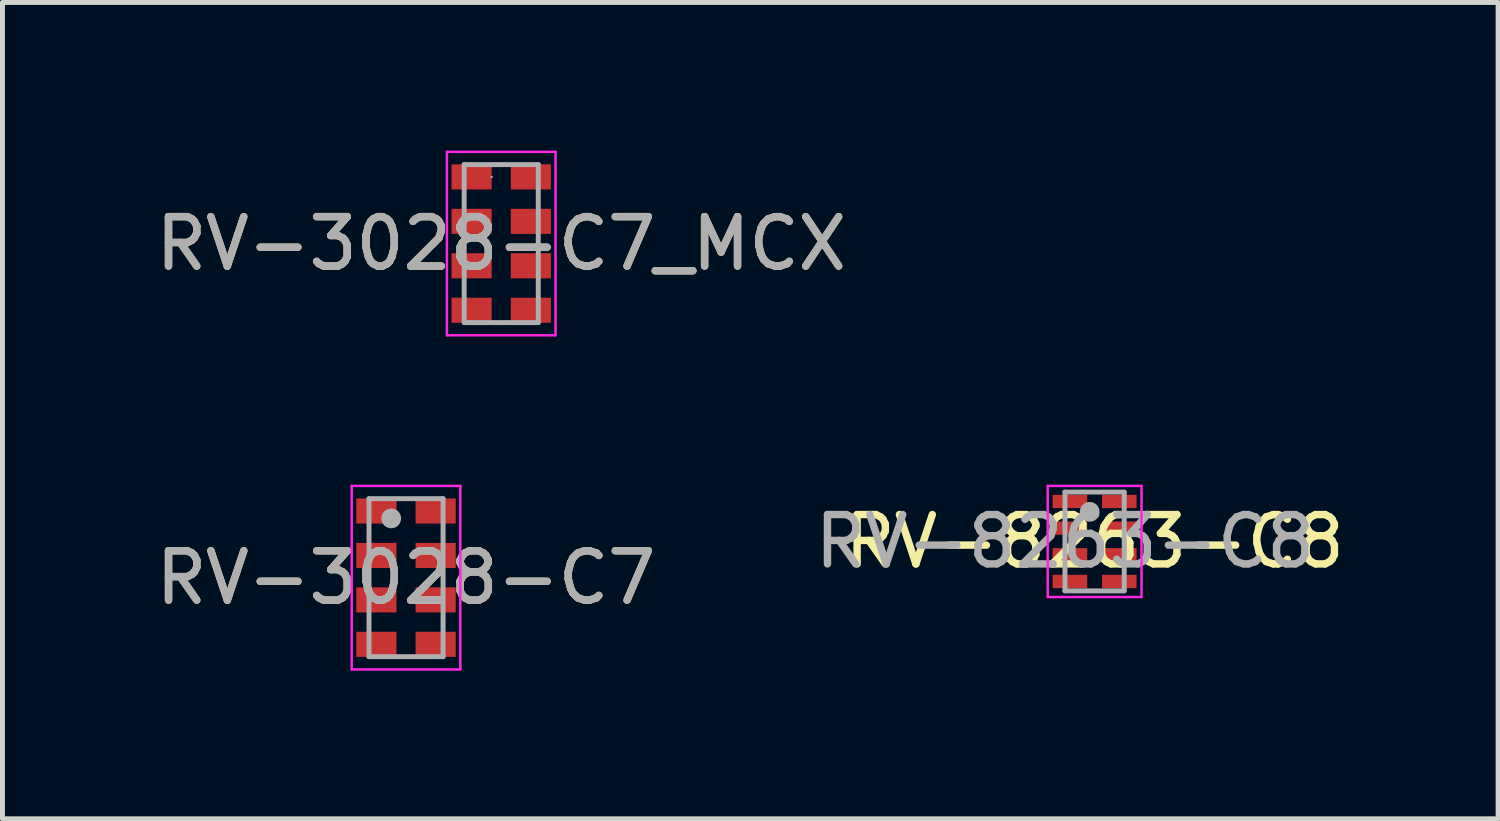
<source format=kicad_pcb>
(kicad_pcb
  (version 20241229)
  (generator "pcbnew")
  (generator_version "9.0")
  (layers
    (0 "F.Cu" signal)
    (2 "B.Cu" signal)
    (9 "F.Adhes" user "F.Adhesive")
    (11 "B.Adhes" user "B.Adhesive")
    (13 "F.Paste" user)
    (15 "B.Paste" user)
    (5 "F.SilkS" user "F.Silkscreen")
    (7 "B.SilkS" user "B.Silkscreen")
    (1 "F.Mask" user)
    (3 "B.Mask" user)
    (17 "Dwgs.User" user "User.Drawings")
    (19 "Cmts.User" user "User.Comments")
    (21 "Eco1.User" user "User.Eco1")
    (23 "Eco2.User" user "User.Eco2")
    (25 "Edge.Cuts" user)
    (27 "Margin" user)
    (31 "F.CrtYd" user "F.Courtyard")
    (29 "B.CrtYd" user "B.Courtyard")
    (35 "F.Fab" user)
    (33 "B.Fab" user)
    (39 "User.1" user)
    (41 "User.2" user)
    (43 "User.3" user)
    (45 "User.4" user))
  (footprint "RV-3028-C7"
    (layer "F.Cu")
    (at 5.173 8.649)
    (property "Reference" "RV-3028-C7" (at 0 0 0) (unlocked yes) (layer "F.SilkS") (effects (font (size 1 1) (thickness 0.15))))
    (attr smd)
    (fp_line (start -1.1 -1.858) (end 1.1 -1.858) (stroke (width 0.05) (type solid)) (layer "F.CrtYd"))
    (fp_line (start -1.1 1.858) (end -1.1 -1.858) (stroke (width 0.05) (type solid)) (layer "F.CrtYd"))
    (fp_line (start 1.1 -1.858) (end 1.1 1.858) (stroke (width 0.05) (type solid)) (layer "F.CrtYd"))
    (fp_line (start 1.1 1.858) (end -1.1 1.858) (stroke (width 0.05) (type solid)) (layer "F.CrtYd"))
    (fp_line (start -0.75 -1.6) (end -0.75 1.6) (stroke (width 0.1) (type solid)) (layer "F.Fab"))
    (fp_line (start -0.75 1.6) (end 0.75 1.6) (stroke (width 0.1) (type solid)) (layer "F.Fab"))
    (fp_line (start 0.75 -1.6) (end -0.75 -1.6) (stroke (width 0.1) (type solid)) (layer "F.Fab"))
    (fp_line (start 0.75 1.6) (end 0.75 -1.6) (stroke (width 0.1) (type solid)) (layer "F.Fab"))
    (fp_circle (center -0.3 -1.2) (end -0.2 -1.2) (stroke (width 0.2) (type solid)) (fill no) (layer "F.Fab"))
    (fp_text user "${REFERENCE}" (at 0 0 0) (unlocked yes) (layer "F.Fab") (effects (font (size 1 1) (thickness 0.15))))
    (pad "1" smd rect (at -0.6 -1.35) (size 0.813 0.508) (layers "F.Cu" "F.Mask" "F.Paste"))
    (pad "2" smd rect (at -0.6 -0.45) (size 0.813 0.508) (layers "F.Cu" "F.Mask" "F.Paste"))
    (pad "3" smd rect (at -0.6 0.45) (size 0.813 0.508) (layers "F.Cu" "F.Mask" "F.Paste"))
    (pad "4" smd rect (at -0.6 1.35) (size 0.813 0.508) (layers "F.Cu" "F.Mask" "F.Paste"))
    (pad "5" smd rect (at 0.6 1.35) (size 0.813 0.508) (layers "F.Cu" "F.Mask" "F.Paste"))
    (pad "6" smd rect (at 0.6 0.45) (size 0.813 0.508) (layers "F.Cu" "F.Mask" "F.Paste"))
    (pad "7" smd rect (at 0.6 -0.45) (size 0.813 0.508) (layers "F.Cu" "F.Mask" "F.Paste"))
    (pad "8" smd rect (at 0.6 -1.35) (size 0.813 0.508) (layers "F.Cu" "F.Mask" "F.Paste")))
  (footprint "RV-8263-C8"
    (layer "F.Cu")
    (at 19.118 7.916)
    (property "Reference" "RV-8263-C8" (at 0 0 0) (layer "F.SilkS") (effects (font (size 1 1) (thickness 0.15))))
    (attr smd)
    (fp_line (start -0.95 -1.125) (end 0.95 -1.125) (stroke (width 0.05) (type solid)) (layer "F.CrtYd"))
    (fp_line (start -0.95 1.125) (end -0.95 -1.125) (stroke (width 0.05) (type solid)) (layer "F.CrtYd"))
    (fp_line (start 0.95 -1.125) (end 0.95 1.125) (stroke (width 0.05) (type solid)) (layer "F.CrtYd"))
    (fp_line (start 0.95 1.125) (end -0.95 1.125) (stroke (width 0.05) (type solid)) (layer "F.CrtYd"))
    (fp_line (start -0.6 -1) (end 0.6 -1) (stroke (width 0.1) (type solid)) (layer "F.Fab"))
    (fp_line (start -0.6 1) (end -0.6 -1) (stroke (width 0.1) (type solid)) (layer "F.Fab"))
    (fp_line (start 0.6 -1) (end 0.6 1) (stroke (width 0.1) (type solid)) (layer "F.Fab"))
    (fp_line (start 0.6 1) (end -0.6 1) (stroke (width 0.1) (type solid)) (layer "F.Fab"))
    (fp_circle (center -0.1 -0.6) (end 0 -0.6) (stroke (width 0.2) (type solid)) (fill no) (layer "F.Fab"))
    (fp_text user "${REFERENCE}" (at -0.6 0 0) (unlocked yes) (layer "F.Fab") (effects (font (size 1 1) (thickness 0.15))))
    (pad "1" smd rect (at -0.5 -0.81) (size 0.7 0.27) (layers "F.Cu" "F.Mask" "F.Paste"))
    (pad "2" smd rect (at -0.5 -0.27) (size 0.7 0.27) (layers "F.Cu" "F.Mask" "F.Paste"))
    (pad "3" smd rect (at -0.5 0.27) (size 0.7 0.27) (layers "F.Cu" "F.Mask" "F.Paste"))
    (pad "4" smd rect (at -0.5 0.81) (size 0.7 0.27) (layers "F.Cu" "F.Mask" "F.Paste"))
    (pad "5" smd rect (at 0.5 0.81) (size 0.7 0.27) (layers "F.Cu" "F.Mask" "F.Paste"))
    (pad "6" smd rect (at 0.5 0.27) (size 0.7 0.27) (layers "F.Cu" "F.Mask" "F.Paste"))
    (pad "7" smd rect (at 0.5 -0.27) (size 0.7 0.27) (layers "F.Cu" "F.Mask" "F.Paste"))
    (pad "8" smd rect (at 0.5 -0.81) (size 0.7 0.27) (layers "F.Cu" "F.Mask" "F.Paste")))
  (footprint "RV-3028-C7_MCX"
    (layer "F.Cu")
    (at 7.101 1.883)
    (property "Reference" "RV-3028-C7_MCX" (at 0 0 0) (unlocked yes) (layer "F.SilkS") (effects (font (size 1 1) (thickness 0.15))))
    (attr smd)
    (fp_line (start -1.1 -1.858) (end 1.1 -1.858) (stroke (width 0.05) (type solid)) (layer "F.CrtYd"))
    (fp_line (start -1.1 1.858) (end -1.1 -1.858) (stroke (width 0.05) (type solid)) (layer "F.CrtYd"))
    (fp_line (start 1.1 -1.858) (end 1.1 1.858) (stroke (width 0.05) (type solid)) (layer "F.CrtYd"))
    (fp_line (start 1.1 1.858) (end -1.1 1.858) (stroke (width 0.05) (type solid)) (layer "F.CrtYd"))
    (fp_line (start -0.75 -1.6) (end -0.75 1.6) (stroke (width 0.1) (type solid)) (layer "F.Fab"))
    (fp_line (start -0.75 1.6) (end 0.75 1.6) (stroke (width 0.1) (type solid)) (layer "F.Fab"))
    (fp_line (start 0.75 -1.6) (end -0.75 -1.6) (stroke (width 0.1) (type solid)) (layer "F.Fab"))
    (fp_line (start 0.75 1.6) (end 0.75 -1.6) (stroke (width 0.1) (type solid)) (layer "F.Fab"))
    (fp_circle (center -0.194 -1.35) (end -0.194 -1.35) (stroke (width 0.025) (type solid)) (fill no) (layer "F.Fab"))
    (fp_text user "${REFERENCE}" (at 0 0 0) (unlocked yes) (layer "F.Fab") (effects (font (size 1 1) (thickness 0.15))))
    (pad "1" smd rect (at -0.6 -1.35) (size 0.813 0.508) (layers "F.Cu" "F.Mask" "F.Paste"))
    (pad "2" smd rect (at -0.6 -0.45) (size 0.813 0.508) (layers "F.Cu" "F.Mask" "F.Paste"))
    (pad "3" smd rect (at -0.6 0.45) (size 0.813 0.508) (layers "F.Cu" "F.Mask" "F.Paste"))
    (pad "4" smd rect (at -0.6 1.35) (size 0.813 0.508) (layers "F.Cu" "F.Mask" "F.Paste"))
    (pad "5" smd rect (at 0.6 1.35) (size 0.813 0.508) (layers "F.Cu" "F.Mask" "F.Paste"))
    (pad "6" smd rect (at 0.6 0.45) (size 0.813 0.508) (layers "F.Cu" "F.Mask" "F.Paste"))
    (pad "7" smd rect (at 0.6 -0.45) (size 0.813 0.508) (layers "F.Cu" "F.Mask" "F.Paste"))
    (pad "8" smd rect (at 0.6 -1.35) (size 0.813 0.508) (layers "F.Cu" "F.Mask" "F.Paste")))
  (gr_rect
    (start -3 -3)
    (end 27.29 13.532)
    (stroke (width 0.1) (type default))
    (fill no)
    (layer "Edge.Cuts")))
</source>
